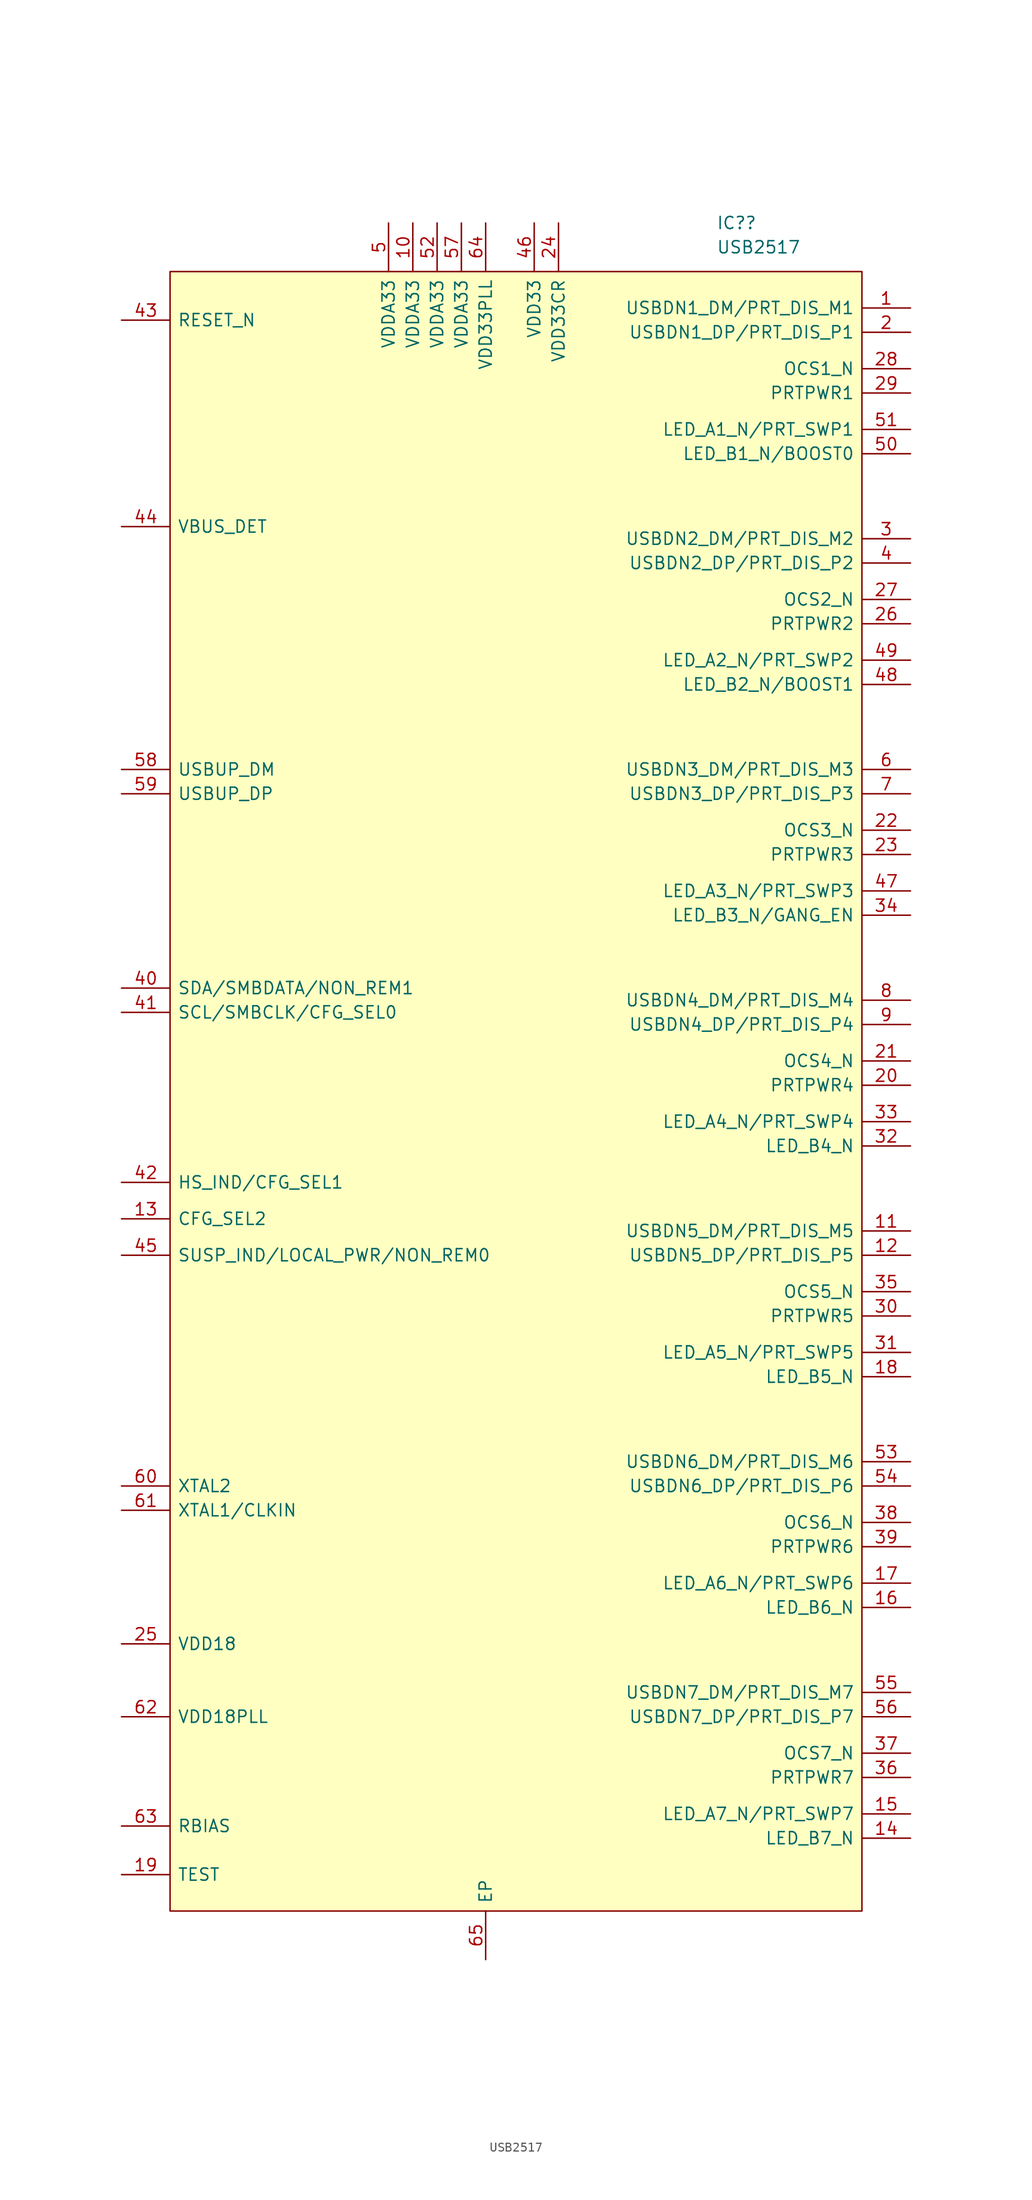
<source format=kicad_sym>
(kicad_symbol_lib
  (version 20231120)
  (generator "kicad_symbol_editor")
  (generator_version "8.0")
  (symbol "USB2517"
    (pin_names
      (offset 0.762))
    (property "Reference" "IC?"
      (at 24.13 85.09 0)
      (effects (font (size 1.27 1.27)) (justify left)))
    (property "Value" "USB2517"
      (at 24.13 82.55 0)
      (effects (font (size 1.27 1.27)) (justify left)))
    (symbol "USB2517_0_0"
      (pin passive line (at 44.45 76.2 180) (length 5.08) (name "USBDN1_DM/PRT_DIS_M1" (effects (font (size 1.27 1.27)))) (number "1" (effects (font (size 1.27 1.27)))))
      (pin passive line (at 44.45 -20.32 180) (length 5.08) (name "USBDN5_DM/PRT_DIS_M5" (effects (font (size 1.27 1.27)))) (number "11" (effects (font (size 1.27 1.27)))))
      (pin passive line (at 44.45 -22.86 180) (length 5.08) (name "USBDN5_DP/PRT_DIS_P5" (effects (font (size 1.27 1.27)))) (number "12" (effects (font (size 1.27 1.27)))))
      (pin passive line (at -38.1 -19.05 0) (length 5.08) (name "CFG_SEL2" (effects (font (size 1.27 1.27)))) (number "13" (effects (font (size 1.27 1.27)))))
      (pin passive line (at 44.45 -83.82 180) (length 5.08) (name "LED_B7_N" (effects (font (size 1.27 1.27)))) (number "14" (effects (font (size 1.27 1.27)))))
      (pin passive line (at 44.45 -81.28 180) (length 5.08) (name "LED_A7_N/PRT_SWP7" (effects (font (size 1.27 1.27)))) (number "15" (effects (font (size 1.27 1.27)))))
      (pin passive line (at 44.45 -59.69 180) (length 5.08) (name "LED_B6_N" (effects (font (size 1.27 1.27)))) (number "16" (effects (font (size 1.27 1.27)))))
      (pin passive line (at 44.45 -57.15 180) (length 5.08) (name "LED_A6_N/PRT_SWP6" (effects (font (size 1.27 1.27)))) (number "17" (effects (font (size 1.27 1.27)))))
      (pin passive line (at 44.45 -35.56 180) (length 5.08) (name "LED_B5_N" (effects (font (size 1.27 1.27)))) (number "18" (effects (font (size 1.27 1.27)))))
      (pin passive line (at -38.1 -87.63 0) (length 5.08) (name "TEST" (effects (font (size 1.27 1.27)))) (number "19" (effects (font (size 1.27 1.27)))))
      (pin passive line (at 44.45 73.66 180) (length 5.08) (name "USBDN1_DP/PRT_DIS_P1" (effects (font (size 1.27 1.27)))) (number "2" (effects (font (size 1.27 1.27)))))
      (pin passive line (at 44.45 -5.08 180) (length 5.08) (name "PRTPWR4" (effects (font (size 1.27 1.27)))) (number "20" (effects (font (size 1.27 1.27)))))
      (pin input line (at 44.45 -2.54 180) (length 5.08) (name "OCS4_N" (effects (font (size 1.27 1.27)))) (number "21" (effects (font (size 1.27 1.27)))))
      (pin input line (at 44.45 21.59 180) (length 5.08) (name "OCS3_N" (effects (font (size 1.27 1.27)))) (number "22" (effects (font (size 1.27 1.27)))))
      (pin passive line (at 44.45 19.05 180) (length 5.08) (name "PRTPWR3" (effects (font (size 1.27 1.27)))) (number "23" (effects (font (size 1.27 1.27)))))
      (pin power_in line (at 7.62 85.09 270) (length 5.08) (name "VDD33CR" (effects (font (size 1.27 1.27)))) (number "24" (effects (font (size 1.27 1.27)))))
      (pin power_in line (at -38.1 -63.5 0) (length 5.08) (name "VDD18" (effects (font (size 1.27 1.27)))) (number "25" (effects (font (size 1.27 1.27)))))
      (pin passive line (at 44.45 43.18 180) (length 5.08) (name "PRTPWR2" (effects (font (size 1.27 1.27)))) (number "26" (effects (font (size 1.27 1.27)))))
      (pin input line (at 44.45 45.72 180) (length 5.08) (name "OCS2_N" (effects (font (size 1.27 1.27)))) (number "27" (effects (font (size 1.27 1.27)))))
      (pin input line (at 44.45 69.85 180) (length 5.08) (name "OCS1_N" (effects (font (size 1.27 1.27)))) (number "28" (effects (font (size 1.27 1.27)))))
      (pin passive line (at 44.45 67.31 180) (length 5.08) (name "PRTPWR1" (effects (font (size 1.27 1.27)))) (number "29" (effects (font (size 1.27 1.27)))))
      (pin passive line (at 44.45 52.07 180) (length 5.08) (name "USBDN2_DM/PRT_DIS_M2" (effects (font (size 1.27 1.27)))) (number "3" (effects (font (size 1.27 1.27)))))
      (pin passive line (at 44.45 -29.21 180) (length 5.08) (name "PRTPWR5" (effects (font (size 1.27 1.27)))) (number "30" (effects (font (size 1.27 1.27)))))
      (pin passive line (at 44.45 -33.02 180) (length 5.08) (name "LED_A5_N/PRT_SWP5" (effects (font (size 1.27 1.27)))) (number "31" (effects (font (size 1.27 1.27)))))
      (pin passive line (at 44.45 -11.43 180) (length 5.08) (name "LED_B4_N" (effects (font (size 1.27 1.27)))) (number "32" (effects (font (size 1.27 1.27)))))
      (pin passive line (at 44.45 -8.89 180) (length 5.08) (name "LED_A4_N/PRT_SWP4" (effects (font (size 1.27 1.27)))) (number "33" (effects (font (size 1.27 1.27)))))
      (pin passive line (at 44.45 12.7 180) (length 5.08) (name "LED_B3_N/GANG_EN" (effects (font (size 1.27 1.27)))) (number "34" (effects (font (size 1.27 1.27)))))
      (pin input line (at 44.45 -26.67 180) (length 5.08) (name "OCS5_N" (effects (font (size 1.27 1.27)))) (number "35" (effects (font (size 1.27 1.27)))))
      (pin passive line (at 44.45 -77.47 180) (length 5.08) (name "PRTPWR7" (effects (font (size 1.27 1.27)))) (number "36" (effects (font (size 1.27 1.27)))))
      (pin input line (at 44.45 -74.93 180) (length 5.08) (name "OCS7_N" (effects (font (size 1.27 1.27)))) (number "37" (effects (font (size 1.27 1.27)))))
      (pin input line (at 44.45 -50.8 180) (length 5.08) (name "OCS6_N" (effects (font (size 1.27 1.27)))) (number "38" (effects (font (size 1.27 1.27)))))
      (pin passive line (at 44.45 -53.34 180) (length 5.08) (name "PRTPWR6" (effects (font (size 1.27 1.27)))) (number "39" (effects (font (size 1.27 1.27)))))
      (pin passive line (at 44.45 49.53 180) (length 5.08) (name "USBDN2_DP/PRT_DIS_P2" (effects (font (size 1.27 1.27)))) (number "4" (effects (font (size 1.27 1.27)))))
      (pin passive line (at -38.1 5.08 0) (length 5.08) (name "SDA/SMBDATA/NON_REM1" (effects (font (size 1.27 1.27)))) (number "40" (effects (font (size 1.27 1.27)))))
      (pin input line (at -38.1 2.54 0) (length 5.08) (name "SCL/SMBCLK/CFG_SEL0" (effects (font (size 1.27 1.27)))) (number "41" (effects (font (size 1.27 1.27)))))
      (pin input line (at -38.1 -15.24 0) (length 5.08) (name "HS_IND/CFG_SEL1" (effects (font (size 1.27 1.27)))) (number "42" (effects (font (size 1.27 1.27)))))
      (pin passive line (at -38.1 74.93 0) (length 5.08) (name "RESET_N" (effects (font (size 1.27 1.27)))) (number "43" (effects (font (size 1.27 1.27)))))
      (pin passive line (at -38.1 53.34 0) (length 5.08) (name "VBUS_DET" (effects (font (size 1.27 1.27)))) (number "44" (effects (font (size 1.27 1.27)))))
      (pin input line (at -38.1 -22.86 0) (length 5.08) (name "SUSP_IND/LOCAL_PWR/NON_REM0" (effects (font (size 1.27 1.27)))) (number "45" (effects (font (size 1.27 1.27)))))
      (pin power_in line (at 5.08 85.09 270) (length 5.08) (name "VDD33" (effects (font (size 1.27 1.27)))) (number "46" (effects (font (size 1.27 1.27)))))
      (pin passive line (at 44.45 15.24 180) (length 5.08) (name "LED_A3_N/PRT_SWP3" (effects (font (size 1.27 1.27)))) (number "47" (effects (font (size 1.27 1.27)))))
      (pin passive line (at 44.45 36.83 180) (length 5.08) (name "LED_B2_N/BOOST1" (effects (font (size 1.27 1.27)))) (number "48" (effects (font (size 1.27 1.27)))))
      (pin passive line (at 44.45 39.37 180) (length 5.08) (name "LED_A2_N/PRT_SWP2" (effects (font (size 1.27 1.27)))) (number "49" (effects (font (size 1.27 1.27)))))
      (pin passive line (at 44.45 60.96 180) (length 5.08) (name "LED_B1_N/BOOST0" (effects (font (size 1.27 1.27)))) (number "50" (effects (font (size 1.27 1.27)))))
      (pin passive line (at 44.45 63.5 180) (length 5.08) (name "LED_A1_N/PRT_SWP1" (effects (font (size 1.27 1.27)))) (number "51" (effects (font (size 1.27 1.27)))))
      (pin passive line (at 44.45 -44.45 180) (length 5.08) (name "USBDN6_DM/PRT_DIS_M6" (effects (font (size 1.27 1.27)))) (number "53" (effects (font (size 1.27 1.27)))))
      (pin passive line (at 44.45 -46.99 180) (length 5.08) (name "USBDN6_DP/PRT_DIS_P6" (effects (font (size 1.27 1.27)))) (number "54" (effects (font (size 1.27 1.27)))))
      (pin passive line (at 44.45 -68.58 180) (length 5.08) (name "USBDN7_DM/PRT_DIS_M7" (effects (font (size 1.27 1.27)))) (number "55" (effects (font (size 1.27 1.27)))))
      (pin passive line (at 44.45 -71.12 180) (length 5.08) (name "USBDN7_DP/PRT_DIS_P7" (effects (font (size 1.27 1.27)))) (number "56" (effects (font (size 1.27 1.27)))))
      (pin passive line (at -38.1 27.94 0) (length 5.08) (name "USBUP_DM" (effects (font (size 1.27 1.27)))) (number "58" (effects (font (size 1.27 1.27)))))
      (pin passive line (at -38.1 25.4 0) (length 5.08) (name "USBUP_DP" (effects (font (size 1.27 1.27)))) (number "59" (effects (font (size 1.27 1.27)))))
      (pin passive line (at 44.45 27.94 180) (length 5.08) (name "USBDN3_DM/PRT_DIS_M3" (effects (font (size 1.27 1.27)))) (number "6" (effects (font (size 1.27 1.27)))))
      (pin passive line (at -38.1 -46.99 0) (length 5.08) (name "XTAL2" (effects (font (size 1.27 1.27)))) (number "60" (effects (font (size 1.27 1.27)))))
      (pin input line (at -38.1 -49.53 0) (length 5.08) (name "XTAL1/CLKIN" (effects (font (size 1.27 1.27)))) (number "61" (effects (font (size 1.27 1.27)))))
      (pin power_in line (at -38.1 -71.12 0) (length 5.08) (name "VDD18PLL" (effects (font (size 1.27 1.27)))) (number "62" (effects (font (size 1.27 1.27)))))
      (pin passive line (at -38.1 -82.55 0) (length 5.08) (name "RBIAS" (effects (font (size 1.27 1.27)))) (number "63" (effects (font (size 1.27 1.27)))))
      (pin power_in line (at 0 85.09 270) (length 5.08) (name "VDD33PLL" (effects (font (size 1.27 1.27)))) (number "64" (effects (font (size 1.27 1.27)))))
      (pin passive line (at 0 -96.52 90) (length 5.08) (name "EP" (effects (font (size 1.27 1.27)))) (number "65" (effects (font (size 1.27 1.27)))))
      (pin passive line (at 44.45 25.4 180) (length 5.08) (name "USBDN3_DP/PRT_DIS_P3" (effects (font (size 1.27 1.27)))) (number "7" (effects (font (size 1.27 1.27)))))
      (pin passive line (at 44.45 3.81 180) (length 5.08) (name "USBDN4_DM/PRT_DIS_M4" (effects (font (size 1.27 1.27)))) (number "8" (effects (font (size 1.27 1.27)))))
      (pin passive line (at 44.45 1.27 180) (length 5.08) (name "USBDN4_DP/PRT_DIS_P4" (effects (font (size 1.27 1.27)))) (number "9" (effects (font (size 1.27 1.27))))))
    (symbol "USB2517_1_0"
      (pin power_in line (at -7.62 85.09 270) (length 5.08) (name "VDDA33" (effects (font (size 1.27 1.27)))) (number "10" (effects (font (size 1.27 1.27)))))
      (pin power_in line (at -10.16 85.09 270) (length 5.08) (name "VDDA33" (effects (font (size 1.27 1.27)))) (number "5" (effects (font (size 1.27 1.27)))))
      (pin power_in line (at -5.08 85.09 270) (length 5.08) (name "VDDA33" (effects (font (size 1.27 1.27)))) (number "52" (effects (font (size 1.27 1.27)))))
      (pin power_in line (at -2.54 85.09 270) (length 5.08) (name "VDDA33" (effects (font (size 1.27 1.27)))) (number "57" (effects (font (size 1.27 1.27))))))
    (symbol "USB2517_1_1"
      (rectangle (start -33.02 80.01) (end 39.37 -91.44) (stroke (width 0) (type default)) (fill (type background))))))
</source>
